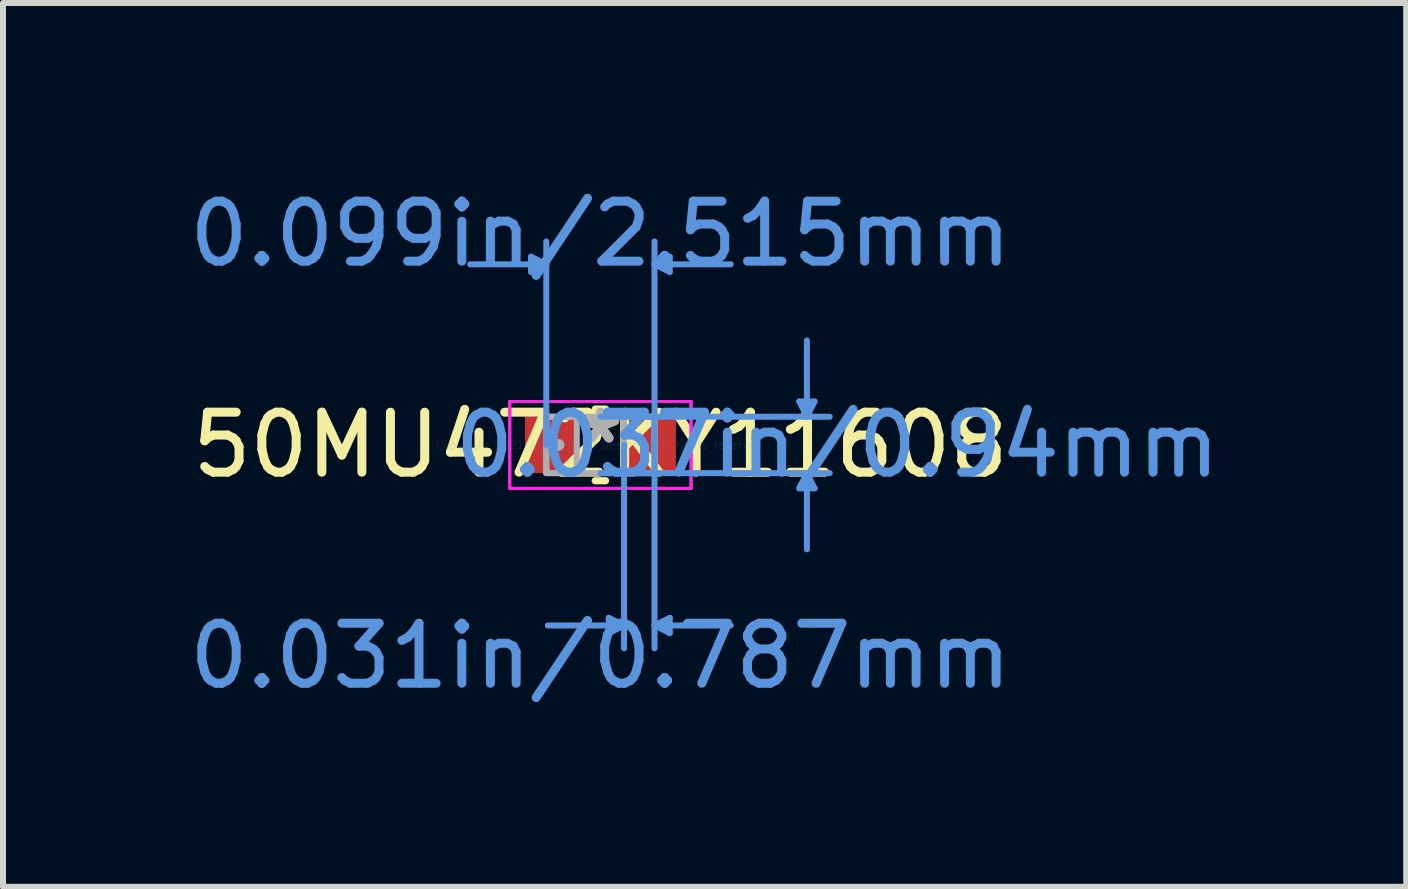
<source format=kicad_pcb>
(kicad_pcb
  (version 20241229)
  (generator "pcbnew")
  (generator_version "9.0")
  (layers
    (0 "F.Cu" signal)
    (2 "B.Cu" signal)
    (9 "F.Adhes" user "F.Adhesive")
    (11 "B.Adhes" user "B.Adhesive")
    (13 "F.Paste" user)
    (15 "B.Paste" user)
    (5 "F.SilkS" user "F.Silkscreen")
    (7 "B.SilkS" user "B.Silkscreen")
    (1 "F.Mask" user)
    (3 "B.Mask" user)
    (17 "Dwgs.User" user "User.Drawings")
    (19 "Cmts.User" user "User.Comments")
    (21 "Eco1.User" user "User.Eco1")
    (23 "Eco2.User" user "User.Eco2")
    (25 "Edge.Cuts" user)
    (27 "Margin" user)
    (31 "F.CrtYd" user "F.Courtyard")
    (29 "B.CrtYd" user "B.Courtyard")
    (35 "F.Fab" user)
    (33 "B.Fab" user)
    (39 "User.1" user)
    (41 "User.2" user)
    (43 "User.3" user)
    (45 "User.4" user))
  (footprint "50MU472KY11608"
    (layer "F.Cu")
    (at 6.958 4.366)
    (property "Reference" "50MU472KY11608" (at 0 0 0) (layer "F.SilkS") (effects (font (size 1 1) (thickness 0.15))))
    (attr through_hole)
    (fp_line (start -0.086 0.597) (end 0.086 0.597) (stroke (width 0.12) (type solid)) (layer "F.SilkS"))
    (fp_line (start 0.086 -0.597) (end -0.086 -0.597) (stroke (width 0.12) (type solid)) (layer "F.SilkS"))
    (fp_line (start -1.156 -3.137) (end -1.156 -2.883) (stroke (width 0.1) (type solid)) (layer "Cmts.User"))
    (fp_line (start -0.902 -3.01) (end -2.172 -3.01) (stroke (width 0.1) (type solid)) (layer "Cmts.User"))
    (fp_line (start -0.902 -3.01) (end -1.156 -3.137) (stroke (width 0.1) (type solid)) (layer "Cmts.User"))
    (fp_line (start -0.902 -3.01) (end -1.156 -2.883) (stroke (width 0.1) (type solid)) (layer "Cmts.User"))
    (fp_line (start -0.902 0) (end -0.902 -3.391) (stroke (width 0.1) (type solid)) (layer "Cmts.User"))
    (fp_line (start 0 -0.47) (end 3.823 -0.47) (stroke (width 0.1) (type solid)) (layer "Cmts.User"))
    (fp_line (start 0 0.47) (end 3.823 0.47) (stroke (width 0.1) (type solid)) (layer "Cmts.User"))
    (fp_line (start 0.14 2.883) (end 0.14 3.137) (stroke (width 0.1) (type solid)) (layer "Cmts.User"))
    (fp_line (start 0.394 0) (end 0.394 3.391) (stroke (width 0.1) (type solid)) (layer "Cmts.User"))
    (fp_line (start 0.394 3.01) (end -0.876 3.01) (stroke (width 0.1) (type solid)) (layer "Cmts.User"))
    (fp_line (start 0.394 3.01) (end 0.14 2.883) (stroke (width 0.1) (type solid)) (layer "Cmts.User"))
    (fp_line (start 0.394 3.01) (end 0.14 3.137) (stroke (width 0.1) (type solid)) (layer "Cmts.User"))
    (fp_line (start 0.902 -3.01) (end 1.156 -3.137) (stroke (width 0.1) (type solid)) (layer "Cmts.User"))
    (fp_line (start 0.902 -3.01) (end 1.156 -2.883) (stroke (width 0.1) (type solid)) (layer "Cmts.User"))
    (fp_line (start 0.902 -3.01) (end 2.172 -3.01) (stroke (width 0.1) (type solid)) (layer "Cmts.User"))
    (fp_line (start 0.902 0) (end 0.902 -3.391) (stroke (width 0.1) (type solid)) (layer "Cmts.User"))
    (fp_line (start 0.902 0) (end 0.902 3.391) (stroke (width 0.1) (type solid)) (layer "Cmts.User"))
    (fp_line (start 0.902 3.01) (end 1.156 2.883) (stroke (width 0.1) (type solid)) (layer "Cmts.User"))
    (fp_line (start 0.902 3.01) (end 1.156 3.137) (stroke (width 0.1) (type solid)) (layer "Cmts.User"))
    (fp_line (start 0.902 3.01) (end 2.172 3.01) (stroke (width 0.1) (type solid)) (layer "Cmts.User"))
    (fp_line (start 1.156 -3.137) (end 1.156 -2.883) (stroke (width 0.1) (type solid)) (layer "Cmts.User"))
    (fp_line (start 1.156 2.883) (end 1.156 3.137) (stroke (width 0.1) (type solid)) (layer "Cmts.User"))
    (fp_line (start 3.315 -0.724) (end 3.569 -0.724) (stroke (width 0.1) (type solid)) (layer "Cmts.User"))
    (fp_line (start 3.315 0.724) (end 3.569 0.724) (stroke (width 0.1) (type solid)) (layer "Cmts.User"))
    (fp_line (start 3.442 -0.47) (end 3.315 -0.724) (stroke (width 0.1) (type solid)) (layer "Cmts.User"))
    (fp_line (start 3.442 -0.47) (end 3.442 -1.74) (stroke (width 0.1) (type solid)) (layer "Cmts.User"))
    (fp_line (start 3.442 -0.47) (end 3.569 -0.724) (stroke (width 0.1) (type solid)) (layer "Cmts.User"))
    (fp_line (start 3.442 0.47) (end 3.315 0.724) (stroke (width 0.1) (type solid)) (layer "Cmts.User"))
    (fp_line (start 3.442 0.47) (end 3.442 1.74) (stroke (width 0.1) (type solid)) (layer "Cmts.User"))
    (fp_line (start 3.442 0.47) (end 3.569 0.724) (stroke (width 0.1) (type solid)) (layer "Cmts.User"))
    (fp_line (start -1.511 -0.724) (end 1.511 -0.724) (stroke (width 0.05) (type solid)) (layer "F.CrtYd"))
    (fp_line (start -1.511 -0.724) (end 1.511 -0.724) (stroke (width 0.05) (type solid)) (layer "F.CrtYd"))
    (fp_line (start -1.511 0.724) (end -1.511 -0.724) (stroke (width 0.05) (type solid)) (layer "F.CrtYd"))
    (fp_line (start -1.511 0.724) (end -1.511 -0.724) (stroke (width 0.05) (type solid)) (layer "F.CrtYd"))
    (fp_line (start 1.511 -0.724) (end 1.511 0.724) (stroke (width 0.05) (type solid)) (layer "F.CrtYd"))
    (fp_line (start 1.511 -0.724) (end 1.511 0.724) (stroke (width 0.05) (type solid)) (layer "F.CrtYd"))
    (fp_line (start 1.511 0.724) (end -1.511 0.724) (stroke (width 0.05) (type solid)) (layer "F.CrtYd"))
    (fp_line (start 1.511 0.724) (end -1.511 0.724) (stroke (width 0.05) (type solid)) (layer "F.CrtYd"))
    (fp_line (start -0.902 -0.47) (end -0.902 0.47) (stroke (width 0.1) (type solid)) (layer "F.Fab"))
    (fp_line (start -0.902 -0.47) (end -0.902 0.47) (stroke (width 0.1) (type solid)) (layer "F.Fab"))
    (fp_line (start -0.902 0.47) (end -0.394 0.47) (stroke (width 0.1) (type solid)) (layer "F.Fab"))
    (fp_line (start -0.902 0.47) (end 0.902 0.47) (stroke (width 0.1) (type solid)) (layer "F.Fab"))
    (fp_line (start -0.394 -0.47) (end -0.902 -0.47) (stroke (width 0.1) (type solid)) (layer "F.Fab"))
    (fp_line (start -0.394 0.47) (end -0.394 -0.47) (stroke (width 0.1) (type solid)) (layer "F.Fab"))
    (fp_line (start 0.394 -0.47) (end 0.394 0.47) (stroke (width 0.1) (type solid)) (layer "F.Fab"))
    (fp_line (start 0.394 0.47) (end 0.902 0.47) (stroke (width 0.1) (type solid)) (layer "F.Fab"))
    (fp_line (start 0.902 -0.47) (end -0.902 -0.47) (stroke (width 0.1) (type solid)) (layer "F.Fab"))
    (fp_line (start 0.902 -0.47) (end 0.394 -0.47) (stroke (width 0.1) (type solid)) (layer "F.Fab"))
    (fp_line (start 0.902 0.47) (end 0.902 -0.47) (stroke (width 0.1) (type solid)) (layer "F.Fab"))
    (fp_line (start 0.902 0.47) (end 0.902 -0.47) (stroke (width 0.1) (type solid)) (layer "F.Fab"))
    (fp_circle (center -0.699 0) (end -0.699 0) (stroke (width 0.1) (type solid)) (fill no) (layer "F.Fab"))
    (fp_text user "*" (at 0 0 0) (layer "F.SilkS") (effects (font (size 1 1) (thickness 0.15))))
    (fp_text user "0.037in/0.94mm" (at 3.95 0 0) (layer "Cmts.User") (effects (font (size 1 1) (thickness 0.15))))
    (fp_text user "0.031in/0.787mm" (at 0 3.518 0) (layer "Cmts.User") (effects (font (size 1 1) (thickness 0.15))))
    (fp_text user "0.099in/2.515mm" (at 0 -3.518 0) (layer "Cmts.User") (effects (font (size 1 1) (thickness 0.15))))
    (fp_text user "Copyright 2021 Accelerated Designs. All rights reserved." (at 0 0 0) (layer "Cmts.User") (effects (font (size 0.127 0.127) (thickness 0.002))))
    (fp_text user "*" (at 0 0 0) (layer "F.Fab") (effects (font (size 1 1) (thickness 0.15))))
    (pad "1" smd rect (at -0.826 0) (size 0.864 0.94) (layers "F.Cu" "F.Mask" "F.Paste"))
    (pad "2" smd rect (at 0.826 0) (size 0.864 0.94) (layers "F.Cu" "F.Mask" "F.Paste")))
  (gr_rect
    (start -3 -3)
    (end 20.39 11.732)
    (stroke (width 0.1) (type default))
    (fill no)
    (layer "Edge.Cuts")))
</source>
